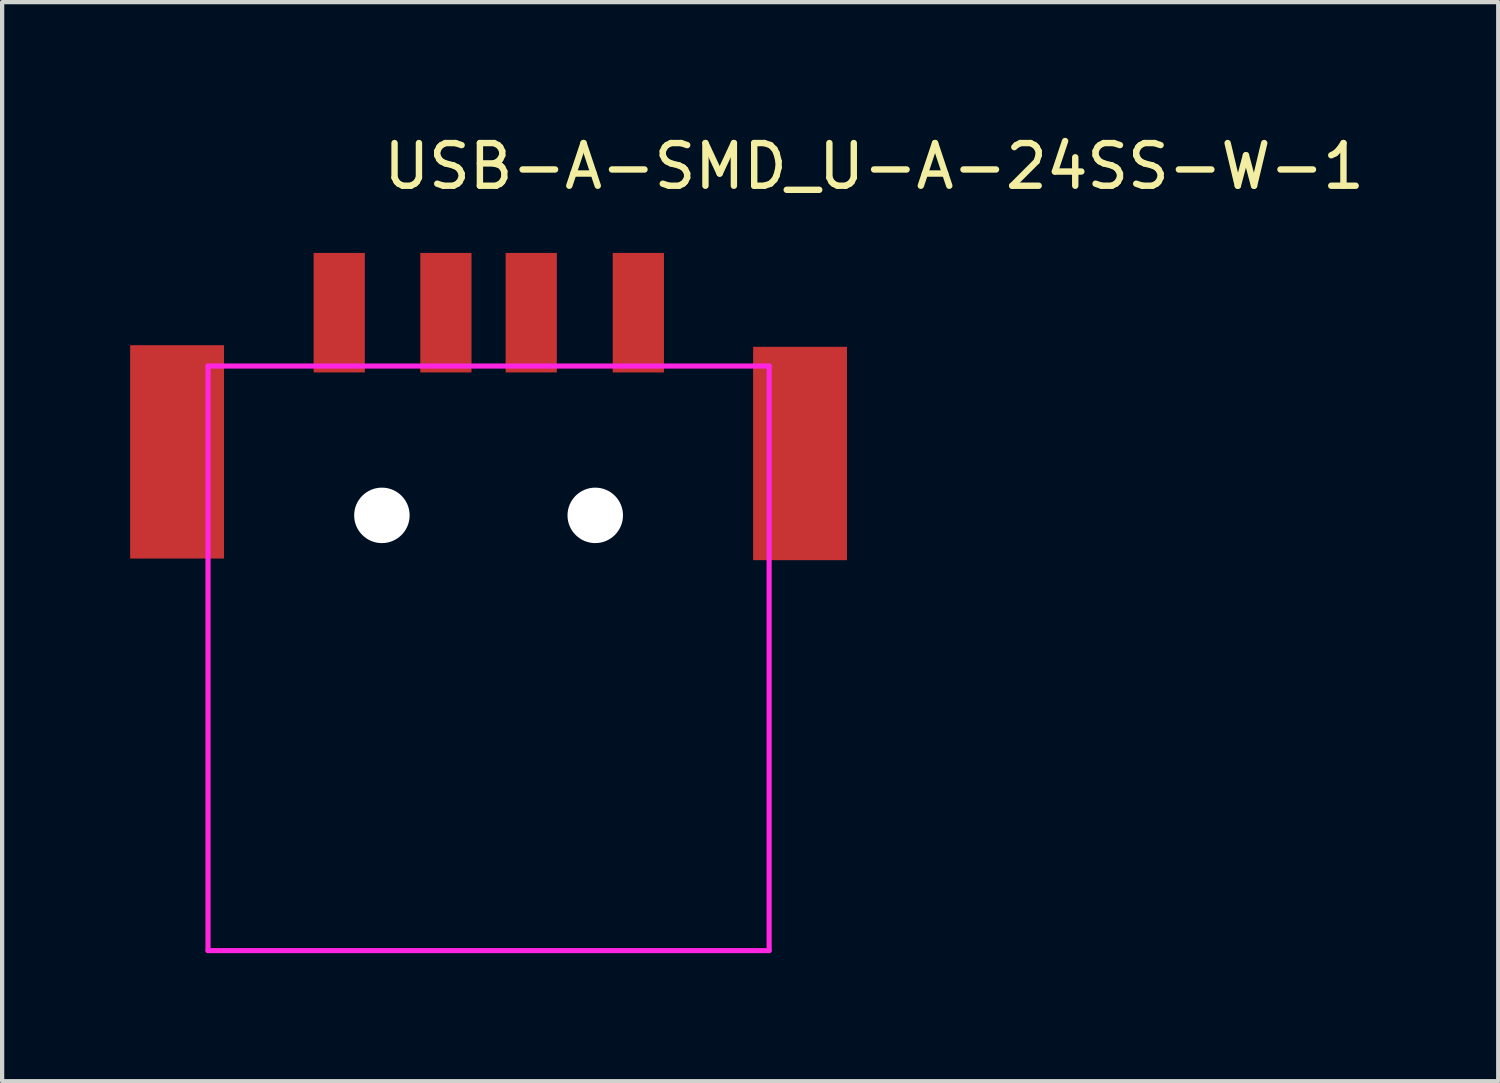
<source format=kicad_pcb>
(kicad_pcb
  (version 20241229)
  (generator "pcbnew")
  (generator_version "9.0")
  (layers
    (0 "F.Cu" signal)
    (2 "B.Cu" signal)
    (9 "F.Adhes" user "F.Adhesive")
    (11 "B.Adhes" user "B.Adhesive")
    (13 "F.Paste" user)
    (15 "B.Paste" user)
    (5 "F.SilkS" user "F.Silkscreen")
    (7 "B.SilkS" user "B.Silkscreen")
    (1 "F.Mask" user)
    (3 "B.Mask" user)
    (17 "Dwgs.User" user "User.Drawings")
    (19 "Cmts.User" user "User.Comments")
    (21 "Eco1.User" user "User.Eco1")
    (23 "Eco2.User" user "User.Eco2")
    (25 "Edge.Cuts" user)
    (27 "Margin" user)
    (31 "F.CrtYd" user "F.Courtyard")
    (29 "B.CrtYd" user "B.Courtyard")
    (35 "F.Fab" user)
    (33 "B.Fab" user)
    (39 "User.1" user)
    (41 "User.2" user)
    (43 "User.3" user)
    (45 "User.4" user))
  (footprint "USB-A-SMD_U-A-24SS-W-1"
    (layer "F.Cu")
    (at 8.4 5.928)
    (property "Reference" "USB-A-SMD_U-A-24SS-W-1" (at -2.54 -5.08 0) (layer "F.SilkS") (effects (font (size 1 1) (thickness 0.15)) (justify left)))
    (attr through_hole)
    (fp_circle (center -7.95 -2.5) (end -7.92 -2.5) (stroke (width 0.06) (type solid)) (fill no) (layer "Eco2.User"))
    (fp_poly (pts (xy -6.45 3.9) (xy -7.95 3.9) (xy -7.95 -0.4) (xy -6.45 -0.4)) (stroke (width 0.12) (type solid)) (fill no) (layer "Eco2.User"))
    (fp_poly (pts (xy -3.2 -0.2) (xy -3.8 -0.2) (xy -3.8 -2.5) (xy -3.2 -2.5)) (stroke (width 0.12) (type solid)) (fill no) (layer "Eco2.User"))
    (fp_poly (pts (xy -0.7 -0.2) (xy -1.3 -0.2) (xy -1.3 -2.5) (xy -0.7 -2.5)) (stroke (width 0.12) (type solid)) (fill no) (layer "Eco2.User"))
    (fp_poly (pts (xy 1.3 -0.2) (xy 0.7 -0.2) (xy 0.7 -2.5) (xy 1.3 -2.5)) (stroke (width 0.12) (type solid)) (fill no) (layer "Eco2.User"))
    (fp_poly (pts (xy 3.81 -0.2) (xy 3.21 -0.2) (xy 3.21 -2.5) (xy 3.81 -2.5)) (stroke (width 0.12) (type solid)) (fill no) (layer "Eco2.User"))
    (fp_poly (pts (xy 7.95 3.9) (xy 6.45 3.9) (xy 6.45 -0.4) (xy 7.95 -0.4)) (stroke (width 0.12) (type solid)) (fill no) (layer "Eco2.User"))
    (fp_line (start -6.575 -0.4) (end 6.575 -0.4) (stroke (width 0.12) (type solid)) (layer "F.CrtYd"))
    (fp_line (start -6.575 13.3) (end -6.575 -0.4) (stroke (width 0.12) (type solid)) (layer "F.CrtYd"))
    (fp_line (start 6.575 -0.4) (end 6.575 13.3) (stroke (width 0.12) (type solid)) (layer "F.CrtYd"))
    (fp_line (start 6.575 13.3) (end -6.575 13.3) (stroke (width 0.12) (type solid)) (layer "F.CrtYd"))
    (pad "" np_thru_hole circle (at -2.5 3.1) (size 1.3 1.3) (drill 1.3) (layers "*.Cu" "*.Mask"))
    (pad "" np_thru_hole circle (at 2.5 3.1) (size 1.3 1.3) (drill 1.3) (layers "*.Cu" "*.Mask"))
    (pad "1" smd rect (at -3.5 -1.65 180) (size 1.2 2.8) (layers "F.Cu" "F.Mask" "F.Paste"))
    (pad "2" smd rect (at -1 -1.65 180) (size 1.2 2.8) (layers "F.Cu" "F.Mask" "F.Paste"))
    (pad "3" smd rect (at 1 -1.65 180) (size 1.2 2.8) (layers "F.Cu" "F.Mask" "F.Paste"))
    (pad "4" smd rect (at 3.51 -1.65 180) (size 1.2 2.8) (layers "F.Cu" "F.Mask" "F.Paste"))
    (pad "5" smd rect (at 7.3 1.65 180) (size 2.2 5) (layers "F.Cu" "F.Mask" "F.Paste"))
    (pad "6" smd rect (at -7.3 1.612 180) (size 2.2 5) (layers "F.Cu" "F.Mask" "F.Paste")))
  (gr_rect
    (start -3 -3)
    (end 32.062 22.288)
    (stroke (width 0.1) (type default))
    (fill no)
    (layer "Edge.Cuts")))
</source>
